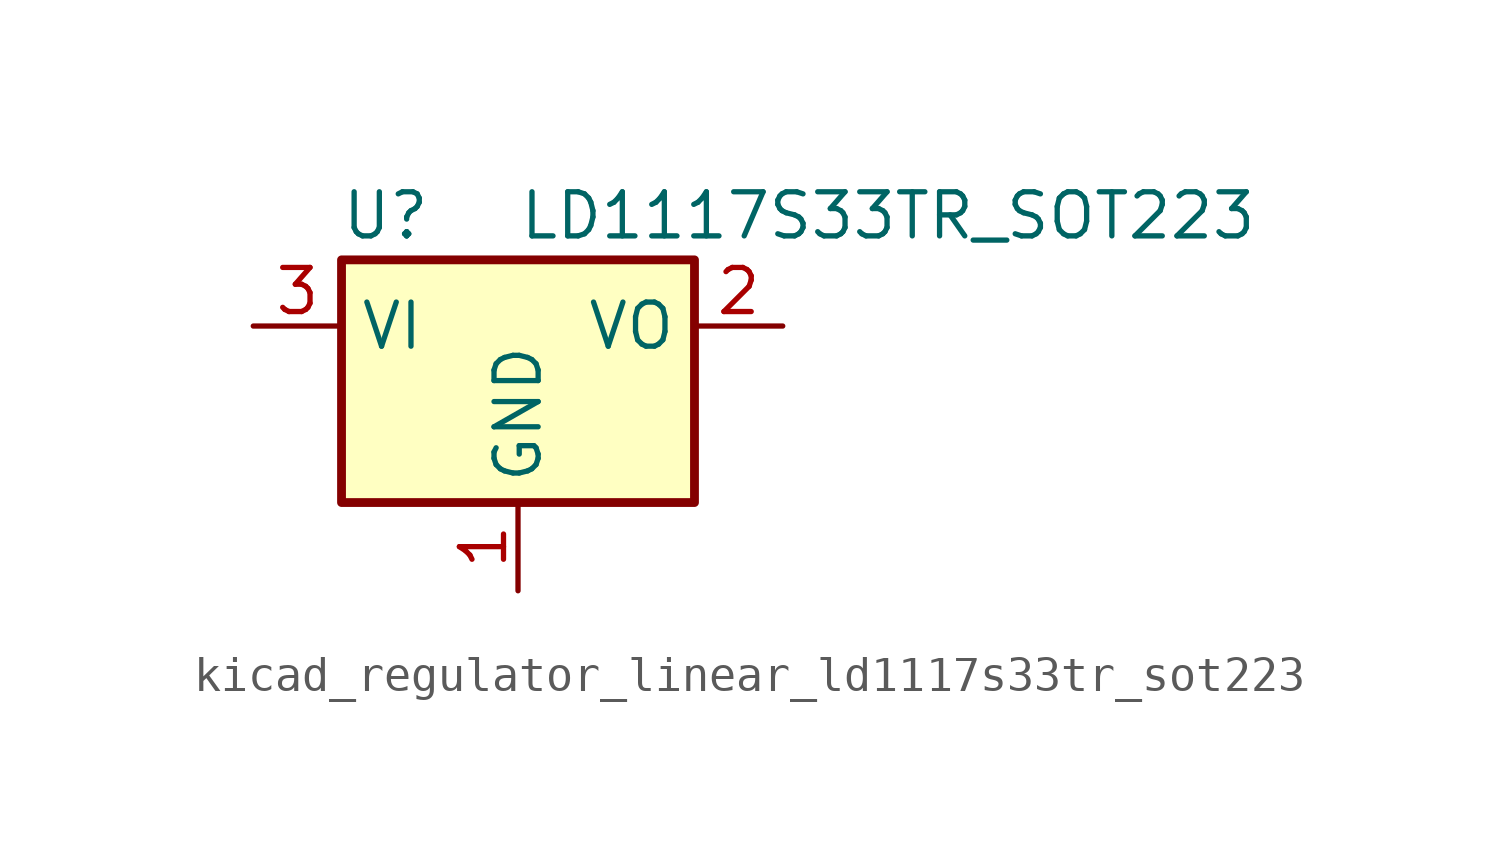
<source format=kicad_sym>
(kicad_symbol_lib
  (version 20220914)
  (generator kicad_symbol_editor)
  (symbol "kicad_regulator_linear_ld1117s33tr_sot223"
    (property "Reference" "U"
      (at -3.81 3.175 0)
      (effects (font (size 1.27 1.27))))
    (property "Value" "LD1117S33TR_SOT223"
      (at 0 3.175 0)
      (effects (font (size 1.27 1.27)) (justify left)))
    (symbol "kicad_regulator_linear_ld1117s33tr_sot223_0_1"
      (rectangle (start -5.08 -5.08) (end 5.08 1.905) (stroke (width 0.254) (type default)) (fill (type background))))
    (symbol "kicad_regulator_linear_ld1117s33tr_sot223_1_1"
      (pin power_in line (at 0 -7.62 90) (length 2.54) (name "GND" (effects (font (size 1.27 1.27)))) (number "1" (effects (font (size 1.27 1.27)))))
      (pin power_out line (at 7.62 0 180) (length 2.54) (name "VO" (effects (font (size 1.27 1.27)))) (number "2" (effects (font (size 1.27 1.27)))))
      (pin power_in line (at -7.62 0 0) (length 2.54) (name "VI" (effects (font (size 1.27 1.27)))) (number "3" (effects (font (size 1.27 1.27))))))))
</source>
